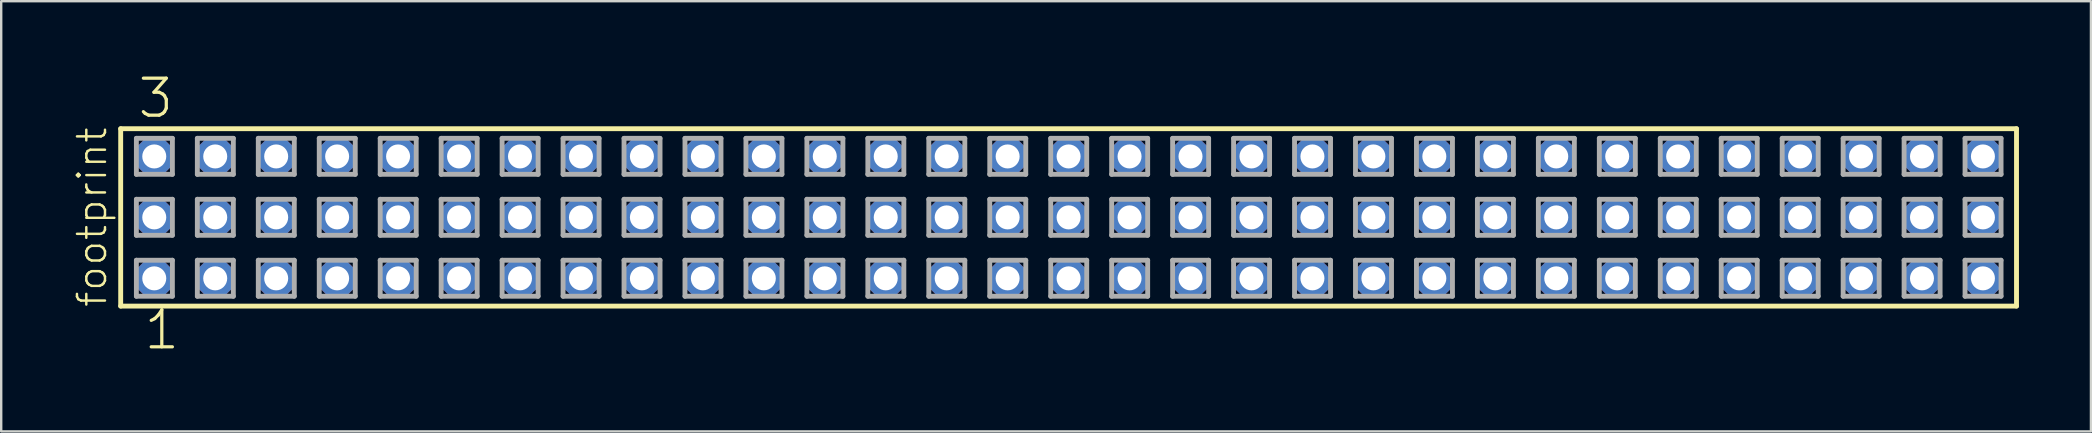
<source format=kicad_pcb>
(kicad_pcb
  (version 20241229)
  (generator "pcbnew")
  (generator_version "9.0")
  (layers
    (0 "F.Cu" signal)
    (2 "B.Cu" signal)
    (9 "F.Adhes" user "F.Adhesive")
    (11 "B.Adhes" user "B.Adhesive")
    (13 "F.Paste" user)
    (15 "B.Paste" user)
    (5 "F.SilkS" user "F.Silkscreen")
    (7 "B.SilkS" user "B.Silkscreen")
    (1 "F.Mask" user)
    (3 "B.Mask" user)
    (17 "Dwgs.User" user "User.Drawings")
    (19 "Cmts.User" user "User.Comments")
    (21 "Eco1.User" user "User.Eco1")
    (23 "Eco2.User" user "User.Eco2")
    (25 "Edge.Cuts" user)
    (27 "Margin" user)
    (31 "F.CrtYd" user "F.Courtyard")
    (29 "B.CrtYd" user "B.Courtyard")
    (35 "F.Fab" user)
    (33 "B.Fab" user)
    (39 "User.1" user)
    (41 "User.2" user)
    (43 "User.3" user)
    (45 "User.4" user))
  (footprint "footprint"
    (layer "F.Cu")
    (at 41.478 6.009)
    (property "Reference" "footprint" (at -40.005 3.81 90) (layer "F.SilkS") (effects (font (size 1.168 1.168) (thickness 0.102)) (justify left bottom)))
    (fp_line (start -39.499 -3.695) (end 39.499 -3.695) (stroke (width 0.203) (type solid)) (layer "F.SilkS"))
    (fp_line (start -39.499 3.695) (end -39.499 -3.695) (stroke (width 0.203) (type solid)) (layer "F.SilkS"))
    (fp_line (start 39.499 -3.695) (end 39.499 3.695) (stroke (width 0.203) (type solid)) (layer "F.SilkS"))
    (fp_line (start 39.499 3.695) (end -39.499 3.695) (stroke (width 0.203) (type solid)) (layer "F.SilkS"))
    (fp_line (start -38.845 -3.295) (end -37.345 -3.295) (stroke (width 0.203) (type solid)) (layer "F.Fab"))
    (fp_line (start -38.845 -1.795) (end -38.845 -3.295) (stroke (width 0.203) (type solid)) (layer "F.Fab"))
    (fp_line (start -38.845 -0.755) (end -37.345 -0.755) (stroke (width 0.203) (type solid)) (layer "F.Fab"))
    (fp_line (start -38.845 0.745) (end -38.845 -0.755) (stroke (width 0.203) (type solid)) (layer "F.Fab"))
    (fp_line (start -38.845 1.785) (end -37.345 1.785) (stroke (width 0.203) (type solid)) (layer "F.Fab"))
    (fp_line (start -38.845 3.285) (end -38.845 1.785) (stroke (width 0.203) (type solid)) (layer "F.Fab"))
    (fp_line (start -37.345 -3.295) (end -37.345 -1.795) (stroke (width 0.203) (type solid)) (layer "F.Fab"))
    (fp_line (start -37.345 -1.795) (end -38.845 -1.795) (stroke (width 0.203) (type solid)) (layer "F.Fab"))
    (fp_line (start -37.345 -0.755) (end -37.345 0.745) (stroke (width 0.203) (type solid)) (layer "F.Fab"))
    (fp_line (start -37.345 0.745) (end -38.845 0.745) (stroke (width 0.203) (type solid)) (layer "F.Fab"))
    (fp_line (start -37.345 1.785) (end -37.345 3.285) (stroke (width 0.203) (type solid)) (layer "F.Fab"))
    (fp_line (start -37.345 3.285) (end -38.845 3.285) (stroke (width 0.203) (type solid)) (layer "F.Fab"))
    (fp_line (start -36.305 -3.295) (end -34.805 -3.295) (stroke (width 0.203) (type solid)) (layer "F.Fab"))
    (fp_line (start -36.305 -1.795) (end -36.305 -3.295) (stroke (width 0.203) (type solid)) (layer "F.Fab"))
    (fp_line (start -36.305 -0.755) (end -34.805 -0.755) (stroke (width 0.203) (type solid)) (layer "F.Fab"))
    (fp_line (start -36.305 0.745) (end -36.305 -0.755) (stroke (width 0.203) (type solid)) (layer "F.Fab"))
    (fp_line (start -36.305 1.785) (end -34.805 1.785) (stroke (width 0.203) (type solid)) (layer "F.Fab"))
    (fp_line (start -36.305 3.285) (end -36.305 1.785) (stroke (width 0.203) (type solid)) (layer "F.Fab"))
    (fp_line (start -34.805 -3.295) (end -34.805 -1.795) (stroke (width 0.203) (type solid)) (layer "F.Fab"))
    (fp_line (start -34.805 -1.795) (end -36.305 -1.795) (stroke (width 0.203) (type solid)) (layer "F.Fab"))
    (fp_line (start -34.805 -0.755) (end -34.805 0.745) (stroke (width 0.203) (type solid)) (layer "F.Fab"))
    (fp_line (start -34.805 0.745) (end -36.305 0.745) (stroke (width 0.203) (type solid)) (layer "F.Fab"))
    (fp_line (start -34.805 1.785) (end -34.805 3.285) (stroke (width 0.203) (type solid)) (layer "F.Fab"))
    (fp_line (start -34.805 3.285) (end -36.305 3.285) (stroke (width 0.203) (type solid)) (layer "F.Fab"))
    (fp_line (start -33.765 -3.295) (end -32.265 -3.295) (stroke (width 0.203) (type solid)) (layer "F.Fab"))
    (fp_line (start -33.765 -1.795) (end -33.765 -3.295) (stroke (width 0.203) (type solid)) (layer "F.Fab"))
    (fp_line (start -33.765 -0.755) (end -32.265 -0.755) (stroke (width 0.203) (type solid)) (layer "F.Fab"))
    (fp_line (start -33.765 0.745) (end -33.765 -0.755) (stroke (width 0.203) (type solid)) (layer "F.Fab"))
    (fp_line (start -33.765 1.785) (end -32.265 1.785) (stroke (width 0.203) (type solid)) (layer "F.Fab"))
    (fp_line (start -33.765 3.285) (end -33.765 1.785) (stroke (width 0.203) (type solid)) (layer "F.Fab"))
    (fp_line (start -32.265 -3.295) (end -32.265 -1.795) (stroke (width 0.203) (type solid)) (layer "F.Fab"))
    (fp_line (start -32.265 -1.795) (end -33.765 -1.795) (stroke (width 0.203) (type solid)) (layer "F.Fab"))
    (fp_line (start -32.265 -0.755) (end -32.265 0.745) (stroke (width 0.203) (type solid)) (layer "F.Fab"))
    (fp_line (start -32.265 0.745) (end -33.765 0.745) (stroke (width 0.203) (type solid)) (layer "F.Fab"))
    (fp_line (start -32.265 1.785) (end -32.265 3.285) (stroke (width 0.203) (type solid)) (layer "F.Fab"))
    (fp_line (start -32.265 3.285) (end -33.765 3.285) (stroke (width 0.203) (type solid)) (layer "F.Fab"))
    (fp_line (start -31.225 -3.295) (end -29.725 -3.295) (stroke (width 0.203) (type solid)) (layer "F.Fab"))
    (fp_line (start -31.225 -1.795) (end -31.225 -3.295) (stroke (width 0.203) (type solid)) (layer "F.Fab"))
    (fp_line (start -31.225 -0.755) (end -29.725 -0.755) (stroke (width 0.203) (type solid)) (layer "F.Fab"))
    (fp_line (start -31.225 0.745) (end -31.225 -0.755) (stroke (width 0.203) (type solid)) (layer "F.Fab"))
    (fp_line (start -31.225 1.785) (end -29.725 1.785) (stroke (width 0.203) (type solid)) (layer "F.Fab"))
    (fp_line (start -31.225 3.285) (end -31.225 1.785) (stroke (width 0.203) (type solid)) (layer "F.Fab"))
    (fp_line (start -29.725 -3.295) (end -29.725 -1.795) (stroke (width 0.203) (type solid)) (layer "F.Fab"))
    (fp_line (start -29.725 -1.795) (end -31.225 -1.795) (stroke (width 0.203) (type solid)) (layer "F.Fab"))
    (fp_line (start -29.725 -0.755) (end -29.725 0.745) (stroke (width 0.203) (type solid)) (layer "F.Fab"))
    (fp_line (start -29.725 0.745) (end -31.225 0.745) (stroke (width 0.203) (type solid)) (layer "F.Fab"))
    (fp_line (start -29.725 1.785) (end -29.725 3.285) (stroke (width 0.203) (type solid)) (layer "F.Fab"))
    (fp_line (start -29.725 3.285) (end -31.225 3.285) (stroke (width 0.203) (type solid)) (layer "F.Fab"))
    (fp_line (start -28.685 -3.295) (end -27.185 -3.295) (stroke (width 0.203) (type solid)) (layer "F.Fab"))
    (fp_line (start -28.685 -1.795) (end -28.685 -3.295) (stroke (width 0.203) (type solid)) (layer "F.Fab"))
    (fp_line (start -28.685 -0.755) (end -27.185 -0.755) (stroke (width 0.203) (type solid)) (layer "F.Fab"))
    (fp_line (start -28.685 0.745) (end -28.685 -0.755) (stroke (width 0.203) (type solid)) (layer "F.Fab"))
    (fp_line (start -28.685 1.785) (end -27.185 1.785) (stroke (width 0.203) (type solid)) (layer "F.Fab"))
    (fp_line (start -28.685 3.285) (end -28.685 1.785) (stroke (width 0.203) (type solid)) (layer "F.Fab"))
    (fp_line (start -27.185 -3.295) (end -27.185 -1.795) (stroke (width 0.203) (type solid)) (layer "F.Fab"))
    (fp_line (start -27.185 -1.795) (end -28.685 -1.795) (stroke (width 0.203) (type solid)) (layer "F.Fab"))
    (fp_line (start -27.185 -0.755) (end -27.185 0.745) (stroke (width 0.203) (type solid)) (layer "F.Fab"))
    (fp_line (start -27.185 0.745) (end -28.685 0.745) (stroke (width 0.203) (type solid)) (layer "F.Fab"))
    (fp_line (start -27.185 1.785) (end -27.185 3.285) (stroke (width 0.203) (type solid)) (layer "F.Fab"))
    (fp_line (start -27.185 3.285) (end -28.685 3.285) (stroke (width 0.203) (type solid)) (layer "F.Fab"))
    (fp_line (start -26.145 -3.295) (end -24.645 -3.295) (stroke (width 0.203) (type solid)) (layer "F.Fab"))
    (fp_line (start -26.145 -1.795) (end -26.145 -3.295) (stroke (width 0.203) (type solid)) (layer "F.Fab"))
    (fp_line (start -26.145 -0.755) (end -24.645 -0.755) (stroke (width 0.203) (type solid)) (layer "F.Fab"))
    (fp_line (start -26.145 0.745) (end -26.145 -0.755) (stroke (width 0.203) (type solid)) (layer "F.Fab"))
    (fp_line (start -26.145 1.785) (end -24.645 1.785) (stroke (width 0.203) (type solid)) (layer "F.Fab"))
    (fp_line (start -26.145 3.285) (end -26.145 1.785) (stroke (width 0.203) (type solid)) (layer "F.Fab"))
    (fp_line (start -24.645 -3.295) (end -24.645 -1.795) (stroke (width 0.203) (type solid)) (layer "F.Fab"))
    (fp_line (start -24.645 -1.795) (end -26.145 -1.795) (stroke (width 0.203) (type solid)) (layer "F.Fab"))
    (fp_line (start -24.645 -0.755) (end -24.645 0.745) (stroke (width 0.203) (type solid)) (layer "F.Fab"))
    (fp_line (start -24.645 0.745) (end -26.145 0.745) (stroke (width 0.203) (type solid)) (layer "F.Fab"))
    (fp_line (start -24.645 1.785) (end -24.645 3.285) (stroke (width 0.203) (type solid)) (layer "F.Fab"))
    (fp_line (start -24.645 3.285) (end -26.145 3.285) (stroke (width 0.203) (type solid)) (layer "F.Fab"))
    (fp_line (start -23.605 -3.295) (end -22.105 -3.295) (stroke (width 0.203) (type solid)) (layer "F.Fab"))
    (fp_line (start -23.605 -1.795) (end -23.605 -3.295) (stroke (width 0.203) (type solid)) (layer "F.Fab"))
    (fp_line (start -23.605 -0.755) (end -22.105 -0.755) (stroke (width 0.203) (type solid)) (layer "F.Fab"))
    (fp_line (start -23.605 0.745) (end -23.605 -0.755) (stroke (width 0.203) (type solid)) (layer "F.Fab"))
    (fp_line (start -23.605 1.785) (end -22.105 1.785) (stroke (width 0.203) (type solid)) (layer "F.Fab"))
    (fp_line (start -23.605 3.285) (end -23.605 1.785) (stroke (width 0.203) (type solid)) (layer "F.Fab"))
    (fp_line (start -22.105 -3.295) (end -22.105 -1.795) (stroke (width 0.203) (type solid)) (layer "F.Fab"))
    (fp_line (start -22.105 -1.795) (end -23.605 -1.795) (stroke (width 0.203) (type solid)) (layer "F.Fab"))
    (fp_line (start -22.105 -0.755) (end -22.105 0.745) (stroke (width 0.203) (type solid)) (layer "F.Fab"))
    (fp_line (start -22.105 0.745) (end -23.605 0.745) (stroke (width 0.203) (type solid)) (layer "F.Fab"))
    (fp_line (start -22.105 1.785) (end -22.105 3.285) (stroke (width 0.203) (type solid)) (layer "F.Fab"))
    (fp_line (start -22.105 3.285) (end -23.605 3.285) (stroke (width 0.203) (type solid)) (layer "F.Fab"))
    (fp_line (start -21.065 -3.295) (end -19.565 -3.295) (stroke (width 0.203) (type solid)) (layer "F.Fab"))
    (fp_line (start -21.065 -1.795) (end -21.065 -3.295) (stroke (width 0.203) (type solid)) (layer "F.Fab"))
    (fp_line (start -21.065 -0.755) (end -19.565 -0.755) (stroke (width 0.203) (type solid)) (layer "F.Fab"))
    (fp_line (start -21.065 0.745) (end -21.065 -0.755) (stroke (width 0.203) (type solid)) (layer "F.Fab"))
    (fp_line (start -21.065 1.785) (end -19.565 1.785) (stroke (width 0.203) (type solid)) (layer "F.Fab"))
    (fp_line (start -21.065 3.285) (end -21.065 1.785) (stroke (width 0.203) (type solid)) (layer "F.Fab"))
    (fp_line (start -19.565 -3.295) (end -19.565 -1.795) (stroke (width 0.203) (type solid)) (layer "F.Fab"))
    (fp_line (start -19.565 -1.795) (end -21.065 -1.795) (stroke (width 0.203) (type solid)) (layer "F.Fab"))
    (fp_line (start -19.565 -0.755) (end -19.565 0.745) (stroke (width 0.203) (type solid)) (layer "F.Fab"))
    (fp_line (start -19.565 0.745) (end -21.065 0.745) (stroke (width 0.203) (type solid)) (layer "F.Fab"))
    (fp_line (start -19.565 1.785) (end -19.565 3.285) (stroke (width 0.203) (type solid)) (layer "F.Fab"))
    (fp_line (start -19.565 3.285) (end -21.065 3.285) (stroke (width 0.203) (type solid)) (layer "F.Fab"))
    (fp_line (start -18.525 -3.295) (end -17.025 -3.295) (stroke (width 0.203) (type solid)) (layer "F.Fab"))
    (fp_line (start -18.525 -1.795) (end -18.525 -3.295) (stroke (width 0.203) (type solid)) (layer "F.Fab"))
    (fp_line (start -18.525 -0.755) (end -17.025 -0.755) (stroke (width 0.203) (type solid)) (layer "F.Fab"))
    (fp_line (start -18.525 0.745) (end -18.525 -0.755) (stroke (width 0.203) (type solid)) (layer "F.Fab"))
    (fp_line (start -18.525 1.785) (end -17.025 1.785) (stroke (width 0.203) (type solid)) (layer "F.Fab"))
    (fp_line (start -18.525 3.285) (end -18.525 1.785) (stroke (width 0.203) (type solid)) (layer "F.Fab"))
    (fp_line (start -17.025 -3.295) (end -17.025 -1.795) (stroke (width 0.203) (type solid)) (layer "F.Fab"))
    (fp_line (start -17.025 -1.795) (end -18.525 -1.795) (stroke (width 0.203) (type solid)) (layer "F.Fab"))
    (fp_line (start -17.025 -0.755) (end -17.025 0.745) (stroke (width 0.203) (type solid)) (layer "F.Fab"))
    (fp_line (start -17.025 0.745) (end -18.525 0.745) (stroke (width 0.203) (type solid)) (layer "F.Fab"))
    (fp_line (start -17.025 1.785) (end -17.025 3.285) (stroke (width 0.203) (type solid)) (layer "F.Fab"))
    (fp_line (start -17.025 3.285) (end -18.525 3.285) (stroke (width 0.203) (type solid)) (layer "F.Fab"))
    (fp_line (start -15.985 -3.295) (end -14.485 -3.295) (stroke (width 0.203) (type solid)) (layer "F.Fab"))
    (fp_line (start -15.985 -1.795) (end -15.985 -3.295) (stroke (width 0.203) (type solid)) (layer "F.Fab"))
    (fp_line (start -15.985 -0.755) (end -14.485 -0.755) (stroke (width 0.203) (type solid)) (layer "F.Fab"))
    (fp_line (start -15.985 0.745) (end -15.985 -0.755) (stroke (width 0.203) (type solid)) (layer "F.Fab"))
    (fp_line (start -15.985 1.785) (end -14.485 1.785) (stroke (width 0.203) (type solid)) (layer "F.Fab"))
    (fp_line (start -15.985 3.285) (end -15.985 1.785) (stroke (width 0.203) (type solid)) (layer "F.Fab"))
    (fp_line (start -14.485 -3.295) (end -14.485 -1.795) (stroke (width 0.203) (type solid)) (layer "F.Fab"))
    (fp_line (start -14.485 -1.795) (end -15.985 -1.795) (stroke (width 0.203) (type solid)) (layer "F.Fab"))
    (fp_line (start -14.485 -0.755) (end -14.485 0.745) (stroke (width 0.203) (type solid)) (layer "F.Fab"))
    (fp_line (start -14.485 0.745) (end -15.985 0.745) (stroke (width 0.203) (type solid)) (layer "F.Fab"))
    (fp_line (start -14.485 1.785) (end -14.485 3.285) (stroke (width 0.203) (type solid)) (layer "F.Fab"))
    (fp_line (start -14.485 3.285) (end -15.985 3.285) (stroke (width 0.203) (type solid)) (layer "F.Fab"))
    (fp_line (start -13.445 -3.295) (end -11.945 -3.295) (stroke (width 0.203) (type solid)) (layer "F.Fab"))
    (fp_line (start -13.445 -1.795) (end -13.445 -3.295) (stroke (width 0.203) (type solid)) (layer "F.Fab"))
    (fp_line (start -13.445 -0.755) (end -11.945 -0.755) (stroke (width 0.203) (type solid)) (layer "F.Fab"))
    (fp_line (start -13.445 0.745) (end -13.445 -0.755) (stroke (width 0.203) (type solid)) (layer "F.Fab"))
    (fp_line (start -13.445 1.785) (end -11.945 1.785) (stroke (width 0.203) (type solid)) (layer "F.Fab"))
    (fp_line (start -13.445 3.285) (end -13.445 1.785) (stroke (width 0.203) (type solid)) (layer "F.Fab"))
    (fp_line (start -11.945 -3.295) (end -11.945 -1.795) (stroke (width 0.203) (type solid)) (layer "F.Fab"))
    (fp_line (start -11.945 -1.795) (end -13.445 -1.795) (stroke (width 0.203) (type solid)) (layer "F.Fab"))
    (fp_line (start -11.945 -0.755) (end -11.945 0.745) (stroke (width 0.203) (type solid)) (layer "F.Fab"))
    (fp_line (start -11.945 0.745) (end -13.445 0.745) (stroke (width 0.203) (type solid)) (layer "F.Fab"))
    (fp_line (start -11.945 1.785) (end -11.945 3.285) (stroke (width 0.203) (type solid)) (layer "F.Fab"))
    (fp_line (start -11.945 3.285) (end -13.445 3.285) (stroke (width 0.203) (type solid)) (layer "F.Fab"))
    (fp_line (start -10.905 -3.295) (end -9.405 -3.295) (stroke (width 0.203) (type solid)) (layer "F.Fab"))
    (fp_line (start -10.905 -1.795) (end -10.905 -3.295) (stroke (width 0.203) (type solid)) (layer "F.Fab"))
    (fp_line (start -10.905 -0.755) (end -9.405 -0.755) (stroke (width 0.203) (type solid)) (layer "F.Fab"))
    (fp_line (start -10.905 0.745) (end -10.905 -0.755) (stroke (width 0.203) (type solid)) (layer "F.Fab"))
    (fp_line (start -10.905 1.785) (end -9.405 1.785) (stroke (width 0.203) (type solid)) (layer "F.Fab"))
    (fp_line (start -10.905 3.285) (end -10.905 1.785) (stroke (width 0.203) (type solid)) (layer "F.Fab"))
    (fp_line (start -9.405 -3.295) (end -9.405 -1.795) (stroke (width 0.203) (type solid)) (layer "F.Fab"))
    (fp_line (start -9.405 -1.795) (end -10.905 -1.795) (stroke (width 0.203) (type solid)) (layer "F.Fab"))
    (fp_line (start -9.405 -0.755) (end -9.405 0.745) (stroke (width 0.203) (type solid)) (layer "F.Fab"))
    (fp_line (start -9.405 0.745) (end -10.905 0.745) (stroke (width 0.203) (type solid)) (layer "F.Fab"))
    (fp_line (start -9.405 1.785) (end -9.405 3.285) (stroke (width 0.203) (type solid)) (layer "F.Fab"))
    (fp_line (start -9.405 3.285) (end -10.905 3.285) (stroke (width 0.203) (type solid)) (layer "F.Fab"))
    (fp_line (start -8.365 -3.295) (end -6.865 -3.295) (stroke (width 0.203) (type solid)) (layer "F.Fab"))
    (fp_line (start -8.365 -1.795) (end -8.365 -3.295) (stroke (width 0.203) (type solid)) (layer "F.Fab"))
    (fp_line (start -8.365 -0.755) (end -6.865 -0.755) (stroke (width 0.203) (type solid)) (layer "F.Fab"))
    (fp_line (start -8.365 0.745) (end -8.365 -0.755) (stroke (width 0.203) (type solid)) (layer "F.Fab"))
    (fp_line (start -8.365 1.785) (end -6.865 1.785) (stroke (width 0.203) (type solid)) (layer "F.Fab"))
    (fp_line (start -8.365 3.285) (end -8.365 1.785) (stroke (width 0.203) (type solid)) (layer "F.Fab"))
    (fp_line (start -6.865 -3.295) (end -6.865 -1.795) (stroke (width 0.203) (type solid)) (layer "F.Fab"))
    (fp_line (start -6.865 -1.795) (end -8.365 -1.795) (stroke (width 0.203) (type solid)) (layer "F.Fab"))
    (fp_line (start -6.865 -0.755) (end -6.865 0.745) (stroke (width 0.203) (type solid)) (layer "F.Fab"))
    (fp_line (start -6.865 0.745) (end -8.365 0.745) (stroke (width 0.203) (type solid)) (layer "F.Fab"))
    (fp_line (start -6.865 1.785) (end -6.865 3.285) (stroke (width 0.203) (type solid)) (layer "F.Fab"))
    (fp_line (start -6.865 3.285) (end -8.365 3.285) (stroke (width 0.203) (type solid)) (layer "F.Fab"))
    (fp_line (start -5.825 -3.295) (end -4.325 -3.295) (stroke (width 0.203) (type solid)) (layer "F.Fab"))
    (fp_line (start -5.825 -1.795) (end -5.825 -3.295) (stroke (width 0.203) (type solid)) (layer "F.Fab"))
    (fp_line (start -5.825 -0.755) (end -4.325 -0.755) (stroke (width 0.203) (type solid)) (layer "F.Fab"))
    (fp_line (start -5.825 0.745) (end -5.825 -0.755) (stroke (width 0.203) (type solid)) (layer "F.Fab"))
    (fp_line (start -5.825 1.785) (end -4.325 1.785) (stroke (width 0.203) (type solid)) (layer "F.Fab"))
    (fp_line (start -5.825 3.285) (end -5.825 1.785) (stroke (width 0.203) (type solid)) (layer "F.Fab"))
    (fp_line (start -4.325 -3.295) (end -4.325 -1.795) (stroke (width 0.203) (type solid)) (layer "F.Fab"))
    (fp_line (start -4.325 -1.795) (end -5.825 -1.795) (stroke (width 0.203) (type solid)) (layer "F.Fab"))
    (fp_line (start -4.325 -0.755) (end -4.325 0.745) (stroke (width 0.203) (type solid)) (layer "F.Fab"))
    (fp_line (start -4.325 0.745) (end -5.825 0.745) (stroke (width 0.203) (type solid)) (layer "F.Fab"))
    (fp_line (start -4.325 1.785) (end -4.325 3.285) (stroke (width 0.203) (type solid)) (layer "F.Fab"))
    (fp_line (start -4.325 3.285) (end -5.825 3.285) (stroke (width 0.203) (type solid)) (layer "F.Fab"))
    (fp_line (start -3.285 -3.295) (end -1.785 -3.295) (stroke (width 0.203) (type solid)) (layer "F.Fab"))
    (fp_line (start -3.285 -1.795) (end -3.285 -3.295) (stroke (width 0.203) (type solid)) (layer "F.Fab"))
    (fp_line (start -3.285 -0.755) (end -1.785 -0.755) (stroke (width 0.203) (type solid)) (layer "F.Fab"))
    (fp_line (start -3.285 0.745) (end -3.285 -0.755) (stroke (width 0.203) (type solid)) (layer "F.Fab"))
    (fp_line (start -3.285 1.785) (end -1.785 1.785) (stroke (width 0.203) (type solid)) (layer "F.Fab"))
    (fp_line (start -3.285 3.285) (end -3.285 1.785) (stroke (width 0.203) (type solid)) (layer "F.Fab"))
    (fp_line (start -1.785 -3.295) (end -1.785 -1.795) (stroke (width 0.203) (type solid)) (layer "F.Fab"))
    (fp_line (start -1.785 -1.795) (end -3.285 -1.795) (stroke (width 0.203) (type solid)) (layer "F.Fab"))
    (fp_line (start -1.785 -0.755) (end -1.785 0.745) (stroke (width 0.203) (type solid)) (layer "F.Fab"))
    (fp_line (start -1.785 0.745) (end -3.285 0.745) (stroke (width 0.203) (type solid)) (layer "F.Fab"))
    (fp_line (start -1.785 1.785) (end -1.785 3.285) (stroke (width 0.203) (type solid)) (layer "F.Fab"))
    (fp_line (start -1.785 3.285) (end -3.285 3.285) (stroke (width 0.203) (type solid)) (layer "F.Fab"))
    (fp_line (start -0.745 -3.295) (end 0.755 -3.295) (stroke (width 0.203) (type solid)) (layer "F.Fab"))
    (fp_line (start -0.745 -1.795) (end -0.745 -3.295) (stroke (width 0.203) (type solid)) (layer "F.Fab"))
    (fp_line (start -0.745 -0.755) (end 0.755 -0.755) (stroke (width 0.203) (type solid)) (layer "F.Fab"))
    (fp_line (start -0.745 0.745) (end -0.745 -0.755) (stroke (width 0.203) (type solid)) (layer "F.Fab"))
    (fp_line (start -0.745 1.785) (end 0.755 1.785) (stroke (width 0.203) (type solid)) (layer "F.Fab"))
    (fp_line (start -0.745 3.285) (end -0.745 1.785) (stroke (width 0.203) (type solid)) (layer "F.Fab"))
    (fp_line (start 0.755 -3.295) (end 0.755 -1.795) (stroke (width 0.203) (type solid)) (layer "F.Fab"))
    (fp_line (start 0.755 -1.795) (end -0.745 -1.795) (stroke (width 0.203) (type solid)) (layer "F.Fab"))
    (fp_line (start 0.755 -0.755) (end 0.755 0.745) (stroke (width 0.203) (type solid)) (layer "F.Fab"))
    (fp_line (start 0.755 0.745) (end -0.745 0.745) (stroke (width 0.203) (type solid)) (layer "F.Fab"))
    (fp_line (start 0.755 1.785) (end 0.755 3.285) (stroke (width 0.203) (type solid)) (layer "F.Fab"))
    (fp_line (start 0.755 3.285) (end -0.745 3.285) (stroke (width 0.203) (type solid)) (layer "F.Fab"))
    (fp_line (start 1.795 -3.295) (end 3.295 -3.295) (stroke (width 0.203) (type solid)) (layer "F.Fab"))
    (fp_line (start 1.795 -1.795) (end 1.795 -3.295) (stroke (width 0.203) (type solid)) (layer "F.Fab"))
    (fp_line (start 1.795 -0.755) (end 3.295 -0.755) (stroke (width 0.203) (type solid)) (layer "F.Fab"))
    (fp_line (start 1.795 0.745) (end 1.795 -0.755) (stroke (width 0.203) (type solid)) (layer "F.Fab"))
    (fp_line (start 1.795 1.785) (end 3.295 1.785) (stroke (width 0.203) (type solid)) (layer "F.Fab"))
    (fp_line (start 1.795 3.285) (end 1.795 1.785) (stroke (width 0.203) (type solid)) (layer "F.Fab"))
    (fp_line (start 3.295 -3.295) (end 3.295 -1.795) (stroke (width 0.203) (type solid)) (layer "F.Fab"))
    (fp_line (start 3.295 -1.795) (end 1.795 -1.795) (stroke (width 0.203) (type solid)) (layer "F.Fab"))
    (fp_line (start 3.295 -0.755) (end 3.295 0.745) (stroke (width 0.203) (type solid)) (layer "F.Fab"))
    (fp_line (start 3.295 0.745) (end 1.795 0.745) (stroke (width 0.203) (type solid)) (layer "F.Fab"))
    (fp_line (start 3.295 1.785) (end 3.295 3.285) (stroke (width 0.203) (type solid)) (layer "F.Fab"))
    (fp_line (start 3.295 3.285) (end 1.795 3.285) (stroke (width 0.203) (type solid)) (layer "F.Fab"))
    (fp_line (start 4.335 -3.295) (end 5.835 -3.295) (stroke (width 0.203) (type solid)) (layer "F.Fab"))
    (fp_line (start 4.335 -1.795) (end 4.335 -3.295) (stroke (width 0.203) (type solid)) (layer "F.Fab"))
    (fp_line (start 4.335 -0.755) (end 5.835 -0.755) (stroke (width 0.203) (type solid)) (layer "F.Fab"))
    (fp_line (start 4.335 0.745) (end 4.335 -0.755) (stroke (width 0.203) (type solid)) (layer "F.Fab"))
    (fp_line (start 4.335 1.785) (end 5.835 1.785) (stroke (width 0.203) (type solid)) (layer "F.Fab"))
    (fp_line (start 4.335 3.285) (end 4.335 1.785) (stroke (width 0.203) (type solid)) (layer "F.Fab"))
    (fp_line (start 5.835 -3.295) (end 5.835 -1.795) (stroke (width 0.203) (type solid)) (layer "F.Fab"))
    (fp_line (start 5.835 -1.795) (end 4.335 -1.795) (stroke (width 0.203) (type solid)) (layer "F.Fab"))
    (fp_line (start 5.835 -0.755) (end 5.835 0.745) (stroke (width 0.203) (type solid)) (layer "F.Fab"))
    (fp_line (start 5.835 0.745) (end 4.335 0.745) (stroke (width 0.203) (type solid)) (layer "F.Fab"))
    (fp_line (start 5.835 1.785) (end 5.835 3.285) (stroke (width 0.203) (type solid)) (layer "F.Fab"))
    (fp_line (start 5.835 3.285) (end 4.335 3.285) (stroke (width 0.203) (type solid)) (layer "F.Fab"))
    (fp_line (start 6.875 -3.295) (end 8.375 -3.295) (stroke (width 0.203) (type solid)) (layer "F.Fab"))
    (fp_line (start 6.875 -1.795) (end 6.875 -3.295) (stroke (width 0.203) (type solid)) (layer "F.Fab"))
    (fp_line (start 6.875 -0.755) (end 8.375 -0.755) (stroke (width 0.203) (type solid)) (layer "F.Fab"))
    (fp_line (start 6.875 0.745) (end 6.875 -0.755) (stroke (width 0.203) (type solid)) (layer "F.Fab"))
    (fp_line (start 6.875 1.785) (end 8.375 1.785) (stroke (width 0.203) (type solid)) (layer "F.Fab"))
    (fp_line (start 6.875 3.285) (end 6.875 1.785) (stroke (width 0.203) (type solid)) (layer "F.Fab"))
    (fp_line (start 8.375 -3.295) (end 8.375 -1.795) (stroke (width 0.203) (type solid)) (layer "F.Fab"))
    (fp_line (start 8.375 -1.795) (end 6.875 -1.795) (stroke (width 0.203) (type solid)) (layer "F.Fab"))
    (fp_line (start 8.375 -0.755) (end 8.375 0.745) (stroke (width 0.203) (type solid)) (layer "F.Fab"))
    (fp_line (start 8.375 0.745) (end 6.875 0.745) (stroke (width 0.203) (type solid)) (layer "F.Fab"))
    (fp_line (start 8.375 1.785) (end 8.375 3.285) (stroke (width 0.203) (type solid)) (layer "F.Fab"))
    (fp_line (start 8.375 3.285) (end 6.875 3.285) (stroke (width 0.203) (type solid)) (layer "F.Fab"))
    (fp_line (start 9.415 -3.295) (end 10.915 -3.295) (stroke (width 0.203) (type solid)) (layer "F.Fab"))
    (fp_line (start 9.415 -1.795) (end 9.415 -3.295) (stroke (width 0.203) (type solid)) (layer "F.Fab"))
    (fp_line (start 9.415 -0.755) (end 10.915 -0.755) (stroke (width 0.203) (type solid)) (layer "F.Fab"))
    (fp_line (start 9.415 0.745) (end 9.415 -0.755) (stroke (width 0.203) (type solid)) (layer "F.Fab"))
    (fp_line (start 9.415 1.785) (end 10.915 1.785) (stroke (width 0.203) (type solid)) (layer "F.Fab"))
    (fp_line (start 9.415 3.285) (end 9.415 1.785) (stroke (width 0.203) (type solid)) (layer "F.Fab"))
    (fp_line (start 10.915 -3.295) (end 10.915 -1.795) (stroke (width 0.203) (type solid)) (layer "F.Fab"))
    (fp_line (start 10.915 -1.795) (end 9.415 -1.795) (stroke (width 0.203) (type solid)) (layer "F.Fab"))
    (fp_line (start 10.915 -0.755) (end 10.915 0.745) (stroke (width 0.203) (type solid)) (layer "F.Fab"))
    (fp_line (start 10.915 0.745) (end 9.415 0.745) (stroke (width 0.203) (type solid)) (layer "F.Fab"))
    (fp_line (start 10.915 1.785) (end 10.915 3.285) (stroke (width 0.203) (type solid)) (layer "F.Fab"))
    (fp_line (start 10.915 3.285) (end 9.415 3.285) (stroke (width 0.203) (type solid)) (layer "F.Fab"))
    (fp_line (start 11.955 -3.295) (end 13.455 -3.295) (stroke (width 0.203) (type solid)) (layer "F.Fab"))
    (fp_line (start 11.955 -1.795) (end 11.955 -3.295) (stroke (width 0.203) (type solid)) (layer "F.Fab"))
    (fp_line (start 11.955 -0.755) (end 13.455 -0.755) (stroke (width 0.203) (type solid)) (layer "F.Fab"))
    (fp_line (start 11.955 0.745) (end 11.955 -0.755) (stroke (width 0.203) (type solid)) (layer "F.Fab"))
    (fp_line (start 11.955 1.785) (end 13.455 1.785) (stroke (width 0.203) (type solid)) (layer "F.Fab"))
    (fp_line (start 11.955 3.285) (end 11.955 1.785) (stroke (width 0.203) (type solid)) (layer "F.Fab"))
    (fp_line (start 13.455 -3.295) (end 13.455 -1.795) (stroke (width 0.203) (type solid)) (layer "F.Fab"))
    (fp_line (start 13.455 -1.795) (end 11.955 -1.795) (stroke (width 0.203) (type solid)) (layer "F.Fab"))
    (fp_line (start 13.455 -0.755) (end 13.455 0.745) (stroke (width 0.203) (type solid)) (layer "F.Fab"))
    (fp_line (start 13.455 0.745) (end 11.955 0.745) (stroke (width 0.203) (type solid)) (layer "F.Fab"))
    (fp_line (start 13.455 1.785) (end 13.455 3.285) (stroke (width 0.203) (type solid)) (layer "F.Fab"))
    (fp_line (start 13.455 3.285) (end 11.955 3.285) (stroke (width 0.203) (type solid)) (layer "F.Fab"))
    (fp_line (start 14.495 -3.295) (end 15.995 -3.295) (stroke (width 0.203) (type solid)) (layer "F.Fab"))
    (fp_line (start 14.495 -1.795) (end 14.495 -3.295) (stroke (width 0.203) (type solid)) (layer "F.Fab"))
    (fp_line (start 14.495 -0.755) (end 15.995 -0.755) (stroke (width 0.203) (type solid)) (layer "F.Fab"))
    (fp_line (start 14.495 0.745) (end 14.495 -0.755) (stroke (width 0.203) (type solid)) (layer "F.Fab"))
    (fp_line (start 14.495 1.785) (end 15.995 1.785) (stroke (width 0.203) (type solid)) (layer "F.Fab"))
    (fp_line (start 14.495 3.285) (end 14.495 1.785) (stroke (width 0.203) (type solid)) (layer "F.Fab"))
    (fp_line (start 15.995 -3.295) (end 15.995 -1.795) (stroke (width 0.203) (type solid)) (layer "F.Fab"))
    (fp_line (start 15.995 -1.795) (end 14.495 -1.795) (stroke (width 0.203) (type solid)) (layer "F.Fab"))
    (fp_line (start 15.995 -0.755) (end 15.995 0.745) (stroke (width 0.203) (type solid)) (layer "F.Fab"))
    (fp_line (start 15.995 0.745) (end 14.495 0.745) (stroke (width 0.203) (type solid)) (layer "F.Fab"))
    (fp_line (start 15.995 1.785) (end 15.995 3.285) (stroke (width 0.203) (type solid)) (layer "F.Fab"))
    (fp_line (start 15.995 3.285) (end 14.495 3.285) (stroke (width 0.203) (type solid)) (layer "F.Fab"))
    (fp_line (start 17.035 -3.295) (end 18.535 -3.295) (stroke (width 0.203) (type solid)) (layer "F.Fab"))
    (fp_line (start 17.035 -1.795) (end 17.035 -3.295) (stroke (width 0.203) (type solid)) (layer "F.Fab"))
    (fp_line (start 17.035 -0.755) (end 18.535 -0.755) (stroke (width 0.203) (type solid)) (layer "F.Fab"))
    (fp_line (start 17.035 0.745) (end 17.035 -0.755) (stroke (width 0.203) (type solid)) (layer "F.Fab"))
    (fp_line (start 17.035 1.785) (end 18.535 1.785) (stroke (width 0.203) (type solid)) (layer "F.Fab"))
    (fp_line (start 17.035 3.285) (end 17.035 1.785) (stroke (width 0.203) (type solid)) (layer "F.Fab"))
    (fp_line (start 18.535 -3.295) (end 18.535 -1.795) (stroke (width 0.203) (type solid)) (layer "F.Fab"))
    (fp_line (start 18.535 -1.795) (end 17.035 -1.795) (stroke (width 0.203) (type solid)) (layer "F.Fab"))
    (fp_line (start 18.535 -0.755) (end 18.535 0.745) (stroke (width 0.203) (type solid)) (layer "F.Fab"))
    (fp_line (start 18.535 0.745) (end 17.035 0.745) (stroke (width 0.203) (type solid)) (layer "F.Fab"))
    (fp_line (start 18.535 1.785) (end 18.535 3.285) (stroke (width 0.203) (type solid)) (layer "F.Fab"))
    (fp_line (start 18.535 3.285) (end 17.035 3.285) (stroke (width 0.203) (type solid)) (layer "F.Fab"))
    (fp_line (start 19.575 -3.295) (end 21.075 -3.295) (stroke (width 0.203) (type solid)) (layer "F.Fab"))
    (fp_line (start 19.575 -1.795) (end 19.575 -3.295) (stroke (width 0.203) (type solid)) (layer "F.Fab"))
    (fp_line (start 19.575 -0.755) (end 21.075 -0.755) (stroke (width 0.203) (type solid)) (layer "F.Fab"))
    (fp_line (start 19.575 0.745) (end 19.575 -0.755) (stroke (width 0.203) (type solid)) (layer "F.Fab"))
    (fp_line (start 19.575 1.785) (end 21.075 1.785) (stroke (width 0.203) (type solid)) (layer "F.Fab"))
    (fp_line (start 19.575 3.285) (end 19.575 1.785) (stroke (width 0.203) (type solid)) (layer "F.Fab"))
    (fp_line (start 21.075 -3.295) (end 21.075 -1.795) (stroke (width 0.203) (type solid)) (layer "F.Fab"))
    (fp_line (start 21.075 -1.795) (end 19.575 -1.795) (stroke (width 0.203) (type solid)) (layer "F.Fab"))
    (fp_line (start 21.075 -0.755) (end 21.075 0.745) (stroke (width 0.203) (type solid)) (layer "F.Fab"))
    (fp_line (start 21.075 0.745) (end 19.575 0.745) (stroke (width 0.203) (type solid)) (layer "F.Fab"))
    (fp_line (start 21.075 1.785) (end 21.075 3.285) (stroke (width 0.203) (type solid)) (layer "F.Fab"))
    (fp_line (start 21.075 3.285) (end 19.575 3.285) (stroke (width 0.203) (type solid)) (layer "F.Fab"))
    (fp_line (start 22.115 -3.295) (end 23.615 -3.295) (stroke (width 0.203) (type solid)) (layer "F.Fab"))
    (fp_line (start 22.115 -1.795) (end 22.115 -3.295) (stroke (width 0.203) (type solid)) (layer "F.Fab"))
    (fp_line (start 22.115 -0.755) (end 23.615 -0.755) (stroke (width 0.203) (type solid)) (layer "F.Fab"))
    (fp_line (start 22.115 0.745) (end 22.115 -0.755) (stroke (width 0.203) (type solid)) (layer "F.Fab"))
    (fp_line (start 22.115 1.785) (end 23.615 1.785) (stroke (width 0.203) (type solid)) (layer "F.Fab"))
    (fp_line (start 22.115 3.285) (end 22.115 1.785) (stroke (width 0.203) (type solid)) (layer "F.Fab"))
    (fp_line (start 23.615 -3.295) (end 23.615 -1.795) (stroke (width 0.203) (type solid)) (layer "F.Fab"))
    (fp_line (start 23.615 -1.795) (end 22.115 -1.795) (stroke (width 0.203) (type solid)) (layer "F.Fab"))
    (fp_line (start 23.615 -0.755) (end 23.615 0.745) (stroke (width 0.203) (type solid)) (layer "F.Fab"))
    (fp_line (start 23.615 0.745) (end 22.115 0.745) (stroke (width 0.203) (type solid)) (layer "F.Fab"))
    (fp_line (start 23.615 1.785) (end 23.615 3.285) (stroke (width 0.203) (type solid)) (layer "F.Fab"))
    (fp_line (start 23.615 3.285) (end 22.115 3.285) (stroke (width 0.203) (type solid)) (layer "F.Fab"))
    (fp_line (start 24.655 -3.295) (end 26.155 -3.295) (stroke (width 0.203) (type solid)) (layer "F.Fab"))
    (fp_line (start 24.655 -1.795) (end 24.655 -3.295) (stroke (width 0.203) (type solid)) (layer "F.Fab"))
    (fp_line (start 24.655 -0.755) (end 26.155 -0.755) (stroke (width 0.203) (type solid)) (layer "F.Fab"))
    (fp_line (start 24.655 0.745) (end 24.655 -0.755) (stroke (width 0.203) (type solid)) (layer "F.Fab"))
    (fp_line (start 24.655 1.785) (end 26.155 1.785) (stroke (width 0.203) (type solid)) (layer "F.Fab"))
    (fp_line (start 24.655 3.285) (end 24.655 1.785) (stroke (width 0.203) (type solid)) (layer "F.Fab"))
    (fp_line (start 26.155 -3.295) (end 26.155 -1.795) (stroke (width 0.203) (type solid)) (layer "F.Fab"))
    (fp_line (start 26.155 -1.795) (end 24.655 -1.795) (stroke (width 0.203) (type solid)) (layer "F.Fab"))
    (fp_line (start 26.155 -0.755) (end 26.155 0.745) (stroke (width 0.203) (type solid)) (layer "F.Fab"))
    (fp_line (start 26.155 0.745) (end 24.655 0.745) (stroke (width 0.203) (type solid)) (layer "F.Fab"))
    (fp_line (start 26.155 1.785) (end 26.155 3.285) (stroke (width 0.203) (type solid)) (layer "F.Fab"))
    (fp_line (start 26.155 3.285) (end 24.655 3.285) (stroke (width 0.203) (type solid)) (layer "F.Fab"))
    (fp_line (start 27.195 -3.295) (end 28.695 -3.295) (stroke (width 0.203) (type solid)) (layer "F.Fab"))
    (fp_line (start 27.195 -1.795) (end 27.195 -3.295) (stroke (width 0.203) (type solid)) (layer "F.Fab"))
    (fp_line (start 27.195 -0.755) (end 28.695 -0.755) (stroke (width 0.203) (type solid)) (layer "F.Fab"))
    (fp_line (start 27.195 0.745) (end 27.195 -0.755) (stroke (width 0.203) (type solid)) (layer "F.Fab"))
    (fp_line (start 27.195 1.785) (end 28.695 1.785) (stroke (width 0.203) (type solid)) (layer "F.Fab"))
    (fp_line (start 27.195 3.285) (end 27.195 1.785) (stroke (width 0.203) (type solid)) (layer "F.Fab"))
    (fp_line (start 28.695 -3.295) (end 28.695 -1.795) (stroke (width 0.203) (type solid)) (layer "F.Fab"))
    (fp_line (start 28.695 -1.795) (end 27.195 -1.795) (stroke (width 0.203) (type solid)) (layer "F.Fab"))
    (fp_line (start 28.695 -0.755) (end 28.695 0.745) (stroke (width 0.203) (type solid)) (layer "F.Fab"))
    (fp_line (start 28.695 0.745) (end 27.195 0.745) (stroke (width 0.203) (type solid)) (layer "F.Fab"))
    (fp_line (start 28.695 1.785) (end 28.695 3.285) (stroke (width 0.203) (type solid)) (layer "F.Fab"))
    (fp_line (start 28.695 3.285) (end 27.195 3.285) (stroke (width 0.203) (type solid)) (layer "F.Fab"))
    (fp_line (start 29.735 -3.295) (end 31.235 -3.295) (stroke (width 0.203) (type solid)) (layer "F.Fab"))
    (fp_line (start 29.735 -1.795) (end 29.735 -3.295) (stroke (width 0.203) (type solid)) (layer "F.Fab"))
    (fp_line (start 29.735 -0.755) (end 31.235 -0.755) (stroke (width 0.203) (type solid)) (layer "F.Fab"))
    (fp_line (start 29.735 0.745) (end 29.735 -0.755) (stroke (width 0.203) (type solid)) (layer "F.Fab"))
    (fp_line (start 29.735 1.785) (end 31.235 1.785) (stroke (width 0.203) (type solid)) (layer "F.Fab"))
    (fp_line (start 29.735 3.285) (end 29.735 1.785) (stroke (width 0.203) (type solid)) (layer "F.Fab"))
    (fp_line (start 31.235 -3.295) (end 31.235 -1.795) (stroke (width 0.203) (type solid)) (layer "F.Fab"))
    (fp_line (start 31.235 -1.795) (end 29.735 -1.795) (stroke (width 0.203) (type solid)) (layer "F.Fab"))
    (fp_line (start 31.235 -0.755) (end 31.235 0.745) (stroke (width 0.203) (type solid)) (layer "F.Fab"))
    (fp_line (start 31.235 0.745) (end 29.735 0.745) (stroke (width 0.203) (type solid)) (layer "F.Fab"))
    (fp_line (start 31.235 1.785) (end 31.235 3.285) (stroke (width 0.203) (type solid)) (layer "F.Fab"))
    (fp_line (start 31.235 3.285) (end 29.735 3.285) (stroke (width 0.203) (type solid)) (layer "F.Fab"))
    (fp_line (start 32.275 -3.295) (end 33.775 -3.295) (stroke (width 0.203) (type solid)) (layer "F.Fab"))
    (fp_line (start 32.275 -1.795) (end 32.275 -3.295) (stroke (width 0.203) (type solid)) (layer "F.Fab"))
    (fp_line (start 32.275 -0.755) (end 33.775 -0.755) (stroke (width 0.203) (type solid)) (layer "F.Fab"))
    (fp_line (start 32.275 0.745) (end 32.275 -0.755) (stroke (width 0.203) (type solid)) (layer "F.Fab"))
    (fp_line (start 32.275 1.785) (end 33.775 1.785) (stroke (width 0.203) (type solid)) (layer "F.Fab"))
    (fp_line (start 32.275 3.285) (end 32.275 1.785) (stroke (width 0.203) (type solid)) (layer "F.Fab"))
    (fp_line (start 33.775 -3.295) (end 33.775 -1.795) (stroke (width 0.203) (type solid)) (layer "F.Fab"))
    (fp_line (start 33.775 -1.795) (end 32.275 -1.795) (stroke (width 0.203) (type solid)) (layer "F.Fab"))
    (fp_line (start 33.775 -0.755) (end 33.775 0.745) (stroke (width 0.203) (type solid)) (layer "F.Fab"))
    (fp_line (start 33.775 0.745) (end 32.275 0.745) (stroke (width 0.203) (type solid)) (layer "F.Fab"))
    (fp_line (start 33.775 1.785) (end 33.775 3.285) (stroke (width 0.203) (type solid)) (layer "F.Fab"))
    (fp_line (start 33.775 3.285) (end 32.275 3.285) (stroke (width 0.203) (type solid)) (layer "F.Fab"))
    (fp_line (start 34.815 -3.295) (end 36.315 -3.295) (stroke (width 0.203) (type solid)) (layer "F.Fab"))
    (fp_line (start 34.815 -1.795) (end 34.815 -3.295) (stroke (width 0.203) (type solid)) (layer "F.Fab"))
    (fp_line (start 34.815 -0.755) (end 36.315 -0.755) (stroke (width 0.203) (type solid)) (layer "F.Fab"))
    (fp_line (start 34.815 0.745) (end 34.815 -0.755) (stroke (width 0.203) (type solid)) (layer "F.Fab"))
    (fp_line (start 34.815 1.785) (end 36.315 1.785) (stroke (width 0.203) (type solid)) (layer "F.Fab"))
    (fp_line (start 34.815 3.285) (end 34.815 1.785) (stroke (width 0.203) (type solid)) (layer "F.Fab"))
    (fp_line (start 36.315 -3.295) (end 36.315 -1.795) (stroke (width 0.203) (type solid)) (layer "F.Fab"))
    (fp_line (start 36.315 -1.795) (end 34.815 -1.795) (stroke (width 0.203) (type solid)) (layer "F.Fab"))
    (fp_line (start 36.315 -0.755) (end 36.315 0.745) (stroke (width 0.203) (type solid)) (layer "F.Fab"))
    (fp_line (start 36.315 0.745) (end 34.815 0.745) (stroke (width 0.203) (type solid)) (layer "F.Fab"))
    (fp_line (start 36.315 1.785) (end 36.315 3.285) (stroke (width 0.203) (type solid)) (layer "F.Fab"))
    (fp_line (start 36.315 3.285) (end 34.815 3.285) (stroke (width 0.203) (type solid)) (layer "F.Fab"))
    (fp_line (start 37.355 -3.295) (end 38.855 -3.295) (stroke (width 0.203) (type solid)) (layer "F.Fab"))
    (fp_line (start 37.355 -1.795) (end 37.355 -3.295) (stroke (width 0.203) (type solid)) (layer "F.Fab"))
    (fp_line (start 37.355 -0.755) (end 38.855 -0.755) (stroke (width 0.203) (type solid)) (layer "F.Fab"))
    (fp_line (start 37.355 0.745) (end 37.355 -0.755) (stroke (width 0.203) (type solid)) (layer "F.Fab"))
    (fp_line (start 37.355 1.785) (end 38.855 1.785) (stroke (width 0.203) (type solid)) (layer "F.Fab"))
    (fp_line (start 37.355 3.285) (end 37.355 1.785) (stroke (width 0.203) (type solid)) (layer "F.Fab"))
    (fp_line (start 38.855 -3.295) (end 38.855 -1.795) (stroke (width 0.203) (type solid)) (layer "F.Fab"))
    (fp_line (start 38.855 -1.795) (end 37.355 -1.795) (stroke (width 0.203) (type solid)) (layer "F.Fab"))
    (fp_line (start 38.855 -0.755) (end 38.855 0.745) (stroke (width 0.203) (type solid)) (layer "F.Fab"))
    (fp_line (start 38.855 0.745) (end 37.355 0.745) (stroke (width 0.203) (type solid)) (layer "F.Fab"))
    (fp_line (start 38.855 1.785) (end 38.855 3.285) (stroke (width 0.203) (type solid)) (layer "F.Fab"))
    (fp_line (start 38.855 3.285) (end 37.355 3.285) (stroke (width 0.203) (type solid)) (layer "F.Fab"))
    (fp_text user "3" (at -38.862 -4.064 0) (layer "F.SilkS") (effects (font (size 1.542 1.542) (thickness 0.134)) (justify left bottom)))
    (fp_text user "1" (at -38.608 5.588 0) (layer "F.SilkS") (effects (font (size 1.542 1.542) (thickness 0.134)) (justify left bottom)))
    (pad "1" thru_hole roundrect (at -38.1 2.54) (size 1.5 1.5) (drill 1) (layers "*.Cu" "*.Mask") (roundrect_rratio 0.25) (chamfer_ratio 0.25) (chamfer top_left top_right bottom_left bottom_right))
    (pad "2" thru_hole roundrect (at -38.1 0) (size 1.5 1.5) (drill 1) (layers "*.Cu" "*.Mask") (roundrect_rratio 0.25) (chamfer_ratio 0.25) (chamfer top_left top_right bottom_left bottom_right))
    (pad "3" thru_hole roundrect (at -38.1 -2.54) (size 1.5 1.5) (drill 1) (layers "*.Cu" "*.Mask") (roundrect_rratio 0.25) (chamfer_ratio 0.25) (chamfer top_left top_right bottom_left bottom_right))
    (pad "4" thru_hole roundrect (at -35.56 2.54) (size 1.5 1.5) (drill 1) (layers "*.Cu" "*.Mask") (roundrect_rratio 0.25) (chamfer_ratio 0.25) (chamfer top_left top_right bottom_left bottom_right))
    (pad "5" thru_hole roundrect (at -35.56 0) (size 1.5 1.5) (drill 1) (layers "*.Cu" "*.Mask") (roundrect_rratio 0.25) (chamfer_ratio 0.25) (chamfer top_left top_right bottom_left bottom_right))
    (pad "6" thru_hole roundrect (at -35.56 -2.54) (size 1.5 1.5) (drill 1) (layers "*.Cu" "*.Mask") (roundrect_rratio 0.25) (chamfer_ratio 0.25) (chamfer top_left top_right bottom_left bottom_right))
    (pad "7" thru_hole roundrect (at -33.02 2.54) (size 1.5 1.5) (drill 1) (layers "*.Cu" "*.Mask") (roundrect_rratio 0.25) (chamfer_ratio 0.25) (chamfer top_left top_right bottom_left bottom_right))
    (pad "8" thru_hole roundrect (at -33.02 0) (size 1.5 1.5) (drill 1) (layers "*.Cu" "*.Mask") (roundrect_rratio 0.25) (chamfer_ratio 0.25) (chamfer top_left top_right bottom_left bottom_right))
    (pad "9" thru_hole roundrect (at -33.02 -2.54) (size 1.5 1.5) (drill 1) (layers "*.Cu" "*.Mask") (roundrect_rratio 0.25) (chamfer_ratio 0.25) (chamfer top_left top_right bottom_left bottom_right))
    (pad "10" thru_hole roundrect (at -30.48 2.54) (size 1.5 1.5) (drill 1) (layers "*.Cu" "*.Mask") (roundrect_rratio 0.25) (chamfer_ratio 0.25) (chamfer top_left top_right bottom_left bottom_right))
    (pad "11" thru_hole roundrect (at -30.48 0) (size 1.5 1.5) (drill 1) (layers "*.Cu" "*.Mask") (roundrect_rratio 0.25) (chamfer_ratio 0.25) (chamfer top_left top_right bottom_left bottom_right))
    (pad "12" thru_hole roundrect (at -30.48 -2.54) (size 1.5 1.5) (drill 1) (layers "*.Cu" "*.Mask") (roundrect_rratio 0.25) (chamfer_ratio 0.25) (chamfer top_left top_right bottom_left bottom_right))
    (pad "13" thru_hole roundrect (at -27.94 2.54) (size 1.5 1.5) (drill 1) (layers "*.Cu" "*.Mask") (roundrect_rratio 0.25) (chamfer_ratio 0.25) (chamfer top_left top_right bottom_left bottom_right))
    (pad "14" thru_hole roundrect (at -27.94 0) (size 1.5 1.5) (drill 1) (layers "*.Cu" "*.Mask") (roundrect_rratio 0.25) (chamfer_ratio 0.25) (chamfer top_left top_right bottom_left bottom_right))
    (pad "15" thru_hole roundrect (at -27.94 -2.54) (size 1.5 1.5) (drill 1) (layers "*.Cu" "*.Mask") (roundrect_rratio 0.25) (chamfer_ratio 0.25) (chamfer top_left top_right bottom_left bottom_right))
    (pad "16" thru_hole roundrect (at -25.4 2.54) (size 1.5 1.5) (drill 1) (layers "*.Cu" "*.Mask") (roundrect_rratio 0.25) (chamfer_ratio 0.25) (chamfer top_left top_right bottom_left bottom_right))
    (pad "17" thru_hole roundrect (at -25.4 0) (size 1.5 1.5) (drill 1) (layers "*.Cu" "*.Mask") (roundrect_rratio 0.25) (chamfer_ratio 0.25) (chamfer top_left top_right bottom_left bottom_right))
    (pad "18" thru_hole roundrect (at -25.4 -2.54) (size 1.5 1.5) (drill 1) (layers "*.Cu" "*.Mask") (roundrect_rratio 0.25) (chamfer_ratio 0.25) (chamfer top_left top_right bottom_left bottom_right))
    (pad "19" thru_hole roundrect (at -22.86 2.54) (size 1.5 1.5) (drill 1) (layers "*.Cu" "*.Mask") (roundrect_rratio 0.25) (chamfer_ratio 0.25) (chamfer top_left top_right bottom_left bottom_right))
    (pad "20" thru_hole roundrect (at -22.86 0) (size 1.5 1.5) (drill 1) (layers "*.Cu" "*.Mask") (roundrect_rratio 0.25) (chamfer_ratio 0.25) (chamfer top_left top_right bottom_left bottom_right))
    (pad "21" thru_hole roundrect (at -22.86 -2.54) (size 1.5 1.5) (drill 1) (layers "*.Cu" "*.Mask") (roundrect_rratio 0.25) (chamfer_ratio 0.25) (chamfer top_left top_right bottom_left bottom_right))
    (pad "22" thru_hole roundrect (at -20.32 2.54) (size 1.5 1.5) (drill 1) (layers "*.Cu" "*.Mask") (roundrect_rratio 0.25) (chamfer_ratio 0.25) (chamfer top_left top_right bottom_left bottom_right))
    (pad "23" thru_hole roundrect (at -20.32 0) (size 1.5 1.5) (drill 1) (layers "*.Cu" "*.Mask") (roundrect_rratio 0.25) (chamfer_ratio 0.25) (chamfer top_left top_right bottom_left bottom_right))
    (pad "24" thru_hole roundrect (at -20.32 -2.54) (size 1.5 1.5) (drill 1) (layers "*.Cu" "*.Mask") (roundrect_rratio 0.25) (chamfer_ratio 0.25) (chamfer top_left top_right bottom_left bottom_right))
    (pad "25" thru_hole roundrect (at -17.78 2.54) (size 1.5 1.5) (drill 1) (layers "*.Cu" "*.Mask") (roundrect_rratio 0.25) (chamfer_ratio 0.25) (chamfer top_left top_right bottom_left bottom_right))
    (pad "26" thru_hole roundrect (at -17.78 0) (size 1.5 1.5) (drill 1) (layers "*.Cu" "*.Mask") (roundrect_rratio 0.25) (chamfer_ratio 0.25) (chamfer top_left top_right bottom_left bottom_right))
    (pad "27" thru_hole roundrect (at -17.78 -2.54) (size 1.5 1.5) (drill 1) (layers "*.Cu" "*.Mask") (roundrect_rratio 0.25) (chamfer_ratio 0.25) (chamfer top_left top_right bottom_left bottom_right))
    (pad "28" thru_hole roundrect (at -15.24 2.54) (size 1.5 1.5) (drill 1) (layers "*.Cu" "*.Mask") (roundrect_rratio 0.25) (chamfer_ratio 0.25) (chamfer top_left top_right bottom_left bottom_right))
    (pad "29" thru_hole roundrect (at -15.24 0) (size 1.5 1.5) (drill 1) (layers "*.Cu" "*.Mask") (roundrect_rratio 0.25) (chamfer_ratio 0.25) (chamfer top_left top_right bottom_left bottom_right))
    (pad "30" thru_hole roundrect (at -15.24 -2.54) (size 1.5 1.5) (drill 1) (layers "*.Cu" "*.Mask") (roundrect_rratio 0.25) (chamfer_ratio 0.25) (chamfer top_left top_right bottom_left bottom_right))
    (pad "31" thru_hole roundrect (at -12.7 2.54) (size 1.5 1.5) (drill 1) (layers "*.Cu" "*.Mask") (roundrect_rratio 0.25) (chamfer_ratio 0.25) (chamfer top_left top_right bottom_left bottom_right))
    (pad "32" thru_hole roundrect (at -12.7 0) (size 1.5 1.5) (drill 1) (layers "*.Cu" "*.Mask") (roundrect_rratio 0.25) (chamfer_ratio 0.25) (chamfer top_left top_right bottom_left bottom_right))
    (pad "33" thru_hole roundrect (at -12.7 -2.54) (size 1.5 1.5) (drill 1) (layers "*.Cu" "*.Mask") (roundrect_rratio 0.25) (chamfer_ratio 0.25) (chamfer top_left top_right bottom_left bottom_right))
    (pad "34" thru_hole roundrect (at -10.16 2.54) (size 1.5 1.5) (drill 1) (layers "*.Cu" "*.Mask") (roundrect_rratio 0.25) (chamfer_ratio 0.25) (chamfer top_left top_right bottom_left bottom_right))
    (pad "35" thru_hole roundrect (at -10.16 0) (size 1.5 1.5) (drill 1) (layers "*.Cu" "*.Mask") (roundrect_rratio 0.25) (chamfer_ratio 0.25) (chamfer top_left top_right bottom_left bottom_right))
    (pad "36" thru_hole roundrect (at -10.16 -2.54) (size 1.5 1.5) (drill 1) (layers "*.Cu" "*.Mask") (roundrect_rratio 0.25) (chamfer_ratio 0.25) (chamfer top_left top_right bottom_left bottom_right))
    (pad "37" thru_hole roundrect (at -7.62 2.54) (size 1.5 1.5) (drill 1) (layers "*.Cu" "*.Mask") (roundrect_rratio 0.25) (chamfer_ratio 0.25) (chamfer top_left top_right bottom_left bottom_right))
    (pad "38" thru_hole roundrect (at -7.62 0) (size 1.5 1.5) (drill 1) (layers "*.Cu" "*.Mask") (roundrect_rratio 0.25) (chamfer_ratio 0.25) (chamfer top_left top_right bottom_left bottom_right))
    (pad "39" thru_hole roundrect (at -7.62 -2.54) (size 1.5 1.5) (drill 1) (layers "*.Cu" "*.Mask") (roundrect_rratio 0.25) (chamfer_ratio 0.25) (chamfer top_left top_right bottom_left bottom_right))
    (pad "40" thru_hole roundrect (at -5.08 2.54) (size 1.5 1.5) (drill 1) (layers "*.Cu" "*.Mask") (roundrect_rratio 0.25) (chamfer_ratio 0.25) (chamfer top_left top_right bottom_left bottom_right))
    (pad "41" thru_hole roundrect (at -5.08 0) (size 1.5 1.5) (drill 1) (layers "*.Cu" "*.Mask") (roundrect_rratio 0.25) (chamfer_ratio 0.25) (chamfer top_left top_right bottom_left bottom_right))
    (pad "42" thru_hole roundrect (at -5.08 -2.54) (size 1.5 1.5) (drill 1) (layers "*.Cu" "*.Mask") (roundrect_rratio 0.25) (chamfer_ratio 0.25) (chamfer top_left top_right bottom_left bottom_right))
    (pad "43" thru_hole roundrect (at -2.54 2.54) (size 1.5 1.5) (drill 1) (layers "*.Cu" "*.Mask") (roundrect_rratio 0.25) (chamfer_ratio 0.25) (chamfer top_left top_right bottom_left bottom_right))
    (pad "44" thru_hole roundrect (at -2.54 0) (size 1.5 1.5) (drill 1) (layers "*.Cu" "*.Mask") (roundrect_rratio 0.25) (chamfer_ratio 0.25) (chamfer top_left top_right bottom_left bottom_right))
    (pad "45" thru_hole roundrect (at -2.54 -2.54) (size 1.5 1.5) (drill 1) (layers "*.Cu" "*.Mask") (roundrect_rratio 0.25) (chamfer_ratio 0.25) (chamfer top_left top_right bottom_left bottom_right))
    (pad "46" thru_hole roundrect (at 0 2.54) (size 1.5 1.5) (drill 1) (layers "*.Cu" "*.Mask") (roundrect_rratio 0.25) (chamfer_ratio 0.25) (chamfer top_left top_right bottom_left bottom_right))
    (pad "47" thru_hole roundrect (at 0 0) (size 1.5 1.5) (drill 1) (layers "*.Cu" "*.Mask") (roundrect_rratio 0.25) (chamfer_ratio 0.25) (chamfer top_left top_right bottom_left bottom_right))
    (pad "48" thru_hole roundrect (at 0 -2.54) (size 1.5 1.5) (drill 1) (layers "*.Cu" "*.Mask") (roundrect_rratio 0.25) (chamfer_ratio 0.25) (chamfer top_left top_right bottom_left bottom_right))
    (pad "49" thru_hole roundrect (at 2.54 2.54) (size 1.5 1.5) (drill 1) (layers "*.Cu" "*.Mask") (roundrect_rratio 0.25) (chamfer_ratio 0.25) (chamfer top_left top_right bottom_left bottom_right))
    (pad "50" thru_hole roundrect (at 2.54 0) (size 1.5 1.5) (drill 1) (layers "*.Cu" "*.Mask") (roundrect_rratio 0.25) (chamfer_ratio 0.25) (chamfer top_left top_right bottom_left bottom_right))
    (pad "51" thru_hole roundrect (at 2.54 -2.54) (size 1.5 1.5) (drill 1) (layers "*.Cu" "*.Mask") (roundrect_rratio 0.25) (chamfer_ratio 0.25) (chamfer top_left top_right bottom_left bottom_right))
    (pad "52" thru_hole roundrect (at 5.08 2.54) (size 1.5 1.5) (drill 1) (layers "*.Cu" "*.Mask") (roundrect_rratio 0.25) (chamfer_ratio 0.25) (chamfer top_left top_right bottom_left bottom_right))
    (pad "53" thru_hole roundrect (at 5.08 0) (size 1.5 1.5) (drill 1) (layers "*.Cu" "*.Mask") (roundrect_rratio 0.25) (chamfer_ratio 0.25) (chamfer top_left top_right bottom_left bottom_right))
    (pad "54" thru_hole roundrect (at 5.08 -2.54) (size 1.5 1.5) (drill 1) (layers "*.Cu" "*.Mask") (roundrect_rratio 0.25) (chamfer_ratio 0.25) (chamfer top_left top_right bottom_left bottom_right))
    (pad "55" thru_hole roundrect (at 7.62 2.54) (size 1.5 1.5) (drill 1) (layers "*.Cu" "*.Mask") (roundrect_rratio 0.25) (chamfer_ratio 0.25) (chamfer top_left top_right bottom_left bottom_right))
    (pad "56" thru_hole roundrect (at 7.62 0) (size 1.5 1.5) (drill 1) (layers "*.Cu" "*.Mask") (roundrect_rratio 0.25) (chamfer_ratio 0.25) (chamfer top_left top_right bottom_left bottom_right))
    (pad "57" thru_hole roundrect (at 7.62 -2.54) (size 1.5 1.5) (drill 1) (layers "*.Cu" "*.Mask") (roundrect_rratio 0.25) (chamfer_ratio 0.25) (chamfer top_left top_right bottom_left bottom_right))
    (pad "58" thru_hole roundrect (at 10.16 2.54) (size 1.5 1.5) (drill 1) (layers "*.Cu" "*.Mask") (roundrect_rratio 0.25) (chamfer_ratio 0.25) (chamfer top_left top_right bottom_left bottom_right))
    (pad "59" thru_hole roundrect (at 10.16 0) (size 1.5 1.5) (drill 1) (layers "*.Cu" "*.Mask") (roundrect_rratio 0.25) (chamfer_ratio 0.25) (chamfer top_left top_right bottom_left bottom_right))
    (pad "60" thru_hole roundrect (at 10.16 -2.54) (size 1.5 1.5) (drill 1) (layers "*.Cu" "*.Mask") (roundrect_rratio 0.25) (chamfer_ratio 0.25) (chamfer top_left top_right bottom_left bottom_right))
    (pad "61" thru_hole roundrect (at 12.7 2.54) (size 1.5 1.5) (drill 1) (layers "*.Cu" "*.Mask") (roundrect_rratio 0.25) (chamfer_ratio 0.25) (chamfer top_left top_right bottom_left bottom_right))
    (pad "62" thru_hole roundrect (at 12.7 0) (size 1.5 1.5) (drill 1) (layers "*.Cu" "*.Mask") (roundrect_rratio 0.25) (chamfer_ratio 0.25) (chamfer top_left top_right bottom_left bottom_right))
    (pad "63" thru_hole roundrect (at 12.7 -2.54) (size 1.5 1.5) (drill 1) (layers "*.Cu" "*.Mask") (roundrect_rratio 0.25) (chamfer_ratio 0.25) (chamfer top_left top_right bottom_left bottom_right))
    (pad "64" thru_hole roundrect (at 15.24 2.54) (size 1.5 1.5) (drill 1) (layers "*.Cu" "*.Mask") (roundrect_rratio 0.25) (chamfer_ratio 0.25) (chamfer top_left top_right bottom_left bottom_right))
    (pad "65" thru_hole roundrect (at 15.24 0) (size 1.5 1.5) (drill 1) (layers "*.Cu" "*.Mask") (roundrect_rratio 0.25) (chamfer_ratio 0.25) (chamfer top_left top_right bottom_left bottom_right))
    (pad "66" thru_hole roundrect (at 15.24 -2.54) (size 1.5 1.5) (drill 1) (layers "*.Cu" "*.Mask") (roundrect_rratio 0.25) (chamfer_ratio 0.25) (chamfer top_left top_right bottom_left bottom_right))
    (pad "67" thru_hole roundrect (at 17.78 2.54) (size 1.5 1.5) (drill 1) (layers "*.Cu" "*.Mask") (roundrect_rratio 0.25) (chamfer_ratio 0.25) (chamfer top_left top_right bottom_left bottom_right))
    (pad "68" thru_hole roundrect (at 17.78 0) (size 1.5 1.5) (drill 1) (layers "*.Cu" "*.Mask") (roundrect_rratio 0.25) (chamfer_ratio 0.25) (chamfer top_left top_right bottom_left bottom_right))
    (pad "69" thru_hole roundrect (at 17.78 -2.54) (size 1.5 1.5) (drill 1) (layers "*.Cu" "*.Mask") (roundrect_rratio 0.25) (chamfer_ratio 0.25) (chamfer top_left top_right bottom_left bottom_right))
    (pad "70" thru_hole roundrect (at 20.32 2.54) (size 1.5 1.5) (drill 1) (layers "*.Cu" "*.Mask") (roundrect_rratio 0.25) (chamfer_ratio 0.25) (chamfer top_left top_right bottom_left bottom_right))
    (pad "71" thru_hole roundrect (at 20.32 0) (size 1.5 1.5) (drill 1) (layers "*.Cu" "*.Mask") (roundrect_rratio 0.25) (chamfer_ratio 0.25) (chamfer top_left top_right bottom_left bottom_right))
    (pad "72" thru_hole roundrect (at 20.32 -2.54) (size 1.5 1.5) (drill 1) (layers "*.Cu" "*.Mask") (roundrect_rratio 0.25) (chamfer_ratio 0.25) (chamfer top_left top_right bottom_left bottom_right))
    (pad "73" thru_hole roundrect (at 22.86 2.54) (size 1.5 1.5) (drill 1) (layers "*.Cu" "*.Mask") (roundrect_rratio 0.25) (chamfer_ratio 0.25) (chamfer top_left top_right bottom_left bottom_right))
    (pad "74" thru_hole roundrect (at 22.86 0) (size 1.5 1.5) (drill 1) (layers "*.Cu" "*.Mask") (roundrect_rratio 0.25) (chamfer_ratio 0.25) (chamfer top_left top_right bottom_left bottom_right))
    (pad "75" thru_hole roundrect (at 22.86 -2.54) (size 1.5 1.5) (drill 1) (layers "*.Cu" "*.Mask") (roundrect_rratio 0.25) (chamfer_ratio 0.25) (chamfer top_left top_right bottom_left bottom_right))
    (pad "76" thru_hole roundrect (at 25.4 2.54) (size 1.5 1.5) (drill 1) (layers "*.Cu" "*.Mask") (roundrect_rratio 0.25) (chamfer_ratio 0.25) (chamfer top_left top_right bottom_left bottom_right))
    (pad "77" thru_hole roundrect (at 25.4 0) (size 1.5 1.5) (drill 1) (layers "*.Cu" "*.Mask") (roundrect_rratio 0.25) (chamfer_ratio 0.25) (chamfer top_left top_right bottom_left bottom_right))
    (pad "78" thru_hole roundrect (at 25.4 -2.54) (size 1.5 1.5) (drill 1) (layers "*.Cu" "*.Mask") (roundrect_rratio 0.25) (chamfer_ratio 0.25) (chamfer top_left top_right bottom_left bottom_right))
    (pad "79" thru_hole roundrect (at 27.94 2.54) (size 1.5 1.5) (drill 1) (layers "*.Cu" "*.Mask") (roundrect_rratio 0.25) (chamfer_ratio 0.25) (chamfer top_left top_right bottom_left bottom_right))
    (pad "80" thru_hole roundrect (at 27.94 0) (size 1.5 1.5) (drill 1) (layers "*.Cu" "*.Mask") (roundrect_rratio 0.25) (chamfer_ratio 0.25) (chamfer top_left top_right bottom_left bottom_right))
    (pad "81" thru_hole roundrect (at 27.94 -2.54) (size 1.5 1.5) (drill 1) (layers "*.Cu" "*.Mask") (roundrect_rratio 0.25) (chamfer_ratio 0.25) (chamfer top_left top_right bottom_left bottom_right))
    (pad "82" thru_hole roundrect (at 30.48 2.54) (size 1.5 1.5) (drill 1) (layers "*.Cu" "*.Mask") (roundrect_rratio 0.25) (chamfer_ratio 0.25) (chamfer top_left top_right bottom_left bottom_right))
    (pad "83" thru_hole roundrect (at 30.48 0) (size 1.5 1.5) (drill 1) (layers "*.Cu" "*.Mask") (roundrect_rratio 0.25) (chamfer_ratio 0.25) (chamfer top_left top_right bottom_left bottom_right))
    (pad "84" thru_hole roundrect (at 30.48 -2.54) (size 1.5 1.5) (drill 1) (layers "*.Cu" "*.Mask") (roundrect_rratio 0.25) (chamfer_ratio 0.25) (chamfer top_left top_right bottom_left bottom_right))
    (pad "85" thru_hole roundrect (at 33.02 2.54) (size 1.5 1.5) (drill 1) (layers "*.Cu" "*.Mask") (roundrect_rratio 0.25) (chamfer_ratio 0.25) (chamfer top_left top_right bottom_left bottom_right))
    (pad "86" thru_hole roundrect (at 33.02 0) (size 1.5 1.5) (drill 1) (layers "*.Cu" "*.Mask") (roundrect_rratio 0.25) (chamfer_ratio 0.25) (chamfer top_left top_right bottom_left bottom_right))
    (pad "87" thru_hole roundrect (at 33.02 -2.54) (size 1.5 1.5) (drill 1) (layers "*.Cu" "*.Mask") (roundrect_rratio 0.25) (chamfer_ratio 0.25) (chamfer top_left top_right bottom_left bottom_right))
    (pad "88" thru_hole roundrect (at 35.56 2.54) (size 1.5 1.5) (drill 1) (layers "*.Cu" "*.Mask") (roundrect_rratio 0.25) (chamfer_ratio 0.25) (chamfer top_left top_right bottom_left bottom_right))
    (pad "89" thru_hole roundrect (at 35.56 0) (size 1.5 1.5) (drill 1) (layers "*.Cu" "*.Mask") (roundrect_rratio 0.25) (chamfer_ratio 0.25) (chamfer top_left top_right bottom_left bottom_right))
    (pad "90" thru_hole roundrect (at 35.56 -2.54) (size 1.5 1.5) (drill 1) (layers "*.Cu" "*.Mask") (roundrect_rratio 0.25) (chamfer_ratio 0.25) (chamfer top_left top_right bottom_left bottom_right))
    (pad "91" thru_hole roundrect (at 38.1 2.54) (size 1.5 1.5) (drill 1) (layers "*.Cu" "*.Mask") (roundrect_rratio 0.25) (chamfer_ratio 0.25) (chamfer top_left top_right bottom_left bottom_right))
    (pad "92" thru_hole roundrect (at 38.1 0) (size 1.5 1.5) (drill 1) (layers "*.Cu" "*.Mask") (roundrect_rratio 0.25) (chamfer_ratio 0.25) (chamfer top_left top_right bottom_left bottom_right))
    (pad "93" thru_hole roundrect (at 38.1 -2.54) (size 1.5 1.5) (drill 1) (layers "*.Cu" "*.Mask") (roundrect_rratio 0.25) (chamfer_ratio 0.25) (chamfer top_left top_right bottom_left bottom_right)))
  (gr_rect
    (start -3 -3)
    (end 84.079 14.927)
    (stroke (width 0.1) (type default))
    (fill no)
    (layer "Edge.Cuts")))
</source>
